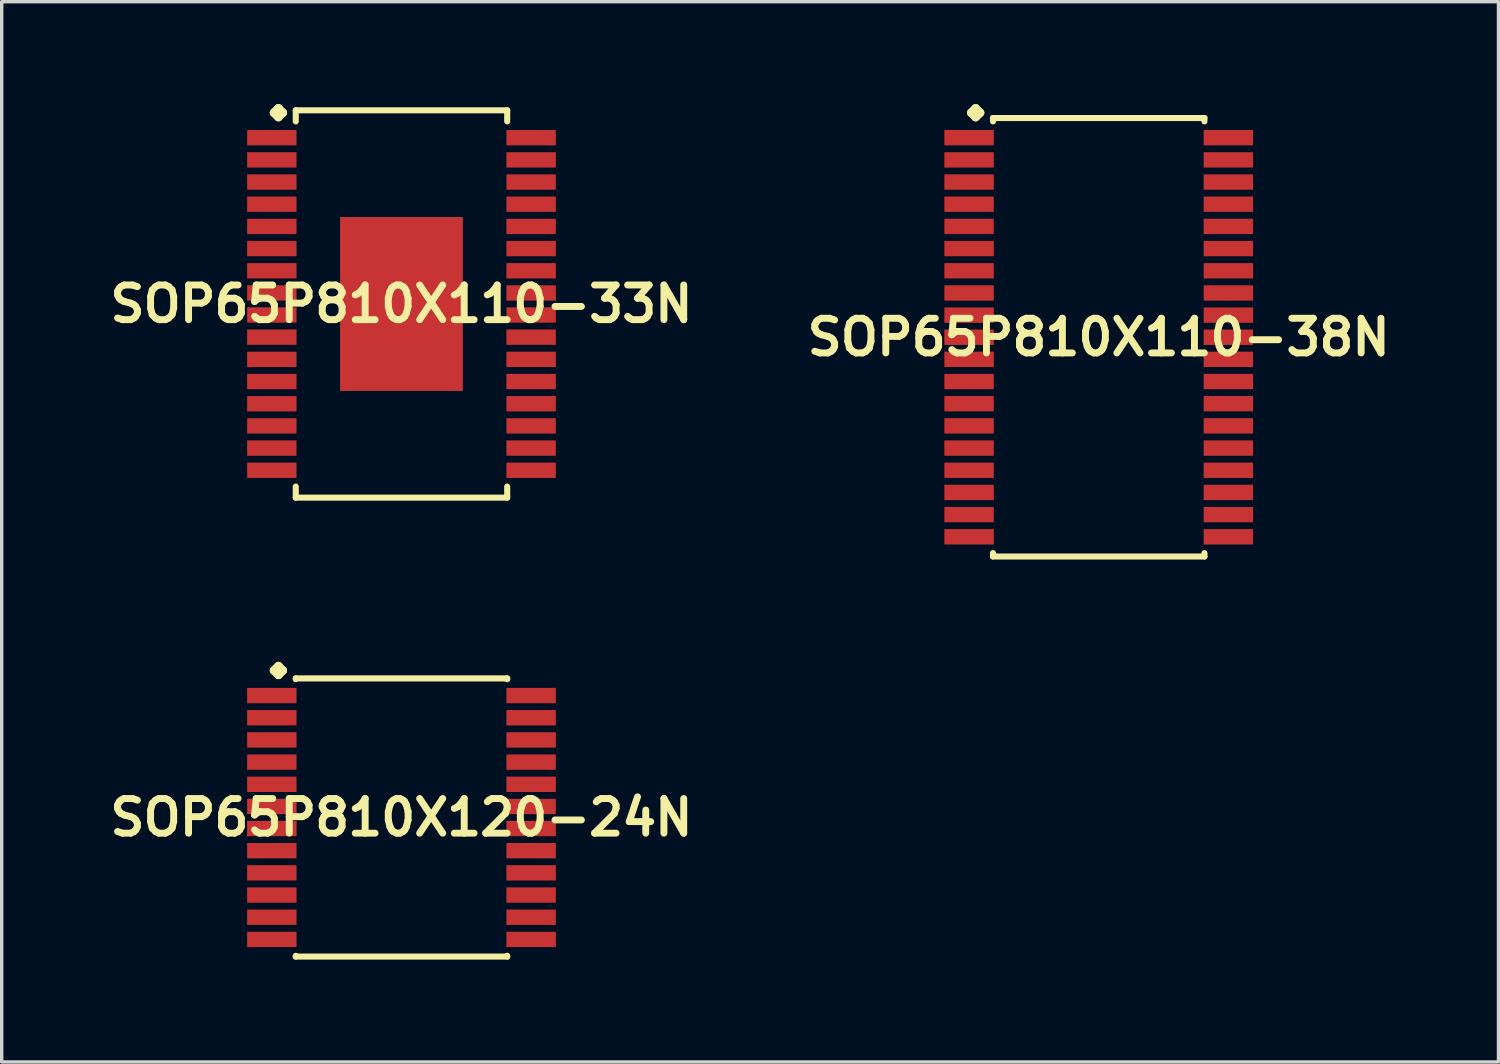
<source format=kicad_pcb>
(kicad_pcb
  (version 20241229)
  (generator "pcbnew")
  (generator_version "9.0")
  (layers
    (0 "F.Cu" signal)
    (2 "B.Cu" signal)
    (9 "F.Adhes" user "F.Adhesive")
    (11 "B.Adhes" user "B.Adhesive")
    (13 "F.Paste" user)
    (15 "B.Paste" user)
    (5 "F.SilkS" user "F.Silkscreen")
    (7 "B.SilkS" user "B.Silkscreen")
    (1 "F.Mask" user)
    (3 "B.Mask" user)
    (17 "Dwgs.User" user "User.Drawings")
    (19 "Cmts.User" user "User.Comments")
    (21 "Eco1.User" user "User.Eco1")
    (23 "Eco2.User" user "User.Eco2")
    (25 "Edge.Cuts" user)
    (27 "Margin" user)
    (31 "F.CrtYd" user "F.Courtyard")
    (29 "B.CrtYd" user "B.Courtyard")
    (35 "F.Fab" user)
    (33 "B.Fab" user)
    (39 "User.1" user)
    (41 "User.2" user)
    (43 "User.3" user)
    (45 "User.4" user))
  (footprint "SOP65P810X110-33N"
    (layer "F.Cu")
    (at 8.718 5.86)
    (property "Reference" "SOP65P810X110-33N" (at 0 0 0) (layer "F.SilkS") (effects (font (size 1.016 1.016) (thickness 0.203))))
    (attr smd)
    (fp_line (start -3.734 -5.606) (end -3.607 -5.733) (stroke (width 0.254) (type solid)) (layer "F.SilkS"))
    (fp_line (start -3.607 -5.733) (end -3.48 -5.606) (stroke (width 0.254) (type solid)) (layer "F.SilkS"))
    (fp_line (start -3.607 -5.479) (end -3.734 -5.606) (stroke (width 0.254) (type solid)) (layer "F.SilkS"))
    (fp_line (start -3.48 -5.606) (end -3.607 -5.479) (stroke (width 0.254) (type solid)) (layer "F.SilkS"))
    (fp_line (start -3.099 -5.677) (end 3.099 -5.677) (stroke (width 0.178) (type solid)) (layer "F.SilkS"))
    (fp_line (start -3.099 -5.352) (end -3.099 -5.677) (stroke (width 0.178) (type solid)) (layer "F.SilkS"))
    (fp_line (start -3.099 5.352) (end -3.099 5.677) (stroke (width 0.178) (type solid)) (layer "F.SilkS"))
    (fp_line (start -3.099 5.677) (end 3.099 5.677) (stroke (width 0.178) (type solid)) (layer "F.SilkS"))
    (fp_line (start 3.099 -5.677) (end 3.099 -5.352) (stroke (width 0.178) (type solid)) (layer "F.SilkS"))
    (fp_line (start 3.099 5.677) (end 3.099 5.352) (stroke (width 0.178) (type solid)) (layer "F.SilkS"))
    (pad "1" smd rect (at -3.8 -4.874) (size 1.448 0.45) (layers "F.Cu" "F.Mask" "F.Paste"))
    (pad "2" smd rect (at -3.8 -4.224) (size 1.448 0.45) (layers "F.Cu" "F.Mask" "F.Paste"))
    (pad "3" smd rect (at -3.8 -3.574) (size 1.448 0.45) (layers "F.Cu" "F.Mask" "F.Paste"))
    (pad "4" smd rect (at -3.8 -2.924) (size 1.448 0.45) (layers "F.Cu" "F.Mask" "F.Paste"))
    (pad "5" smd rect (at -3.8 -2.273) (size 1.448 0.45) (layers "F.Cu" "F.Mask" "F.Paste"))
    (pad "6" smd rect (at -3.8 -1.623) (size 1.448 0.45) (layers "F.Cu" "F.Mask" "F.Paste"))
    (pad "7" smd rect (at -3.8 -0.973) (size 1.448 0.45) (layers "F.Cu" "F.Mask" "F.Paste"))
    (pad "8" smd rect (at -3.8 -0.323) (size 1.448 0.45) (layers "F.Cu" "F.Mask" "F.Paste"))
    (pad "9" smd rect (at -3.8 0.323) (size 1.448 0.45) (layers "F.Cu" "F.Mask" "F.Paste"))
    (pad "10" smd rect (at -3.8 0.973) (size 1.448 0.45) (layers "F.Cu" "F.Mask" "F.Paste"))
    (pad "11" smd rect (at -3.8 1.623) (size 1.448 0.45) (layers "F.Cu" "F.Mask" "F.Paste"))
    (pad "12" smd rect (at -3.8 2.273) (size 1.448 0.45) (layers "F.Cu" "F.Mask" "F.Paste"))
    (pad "13" smd rect (at -3.8 2.924) (size 1.448 0.45) (layers "F.Cu" "F.Mask" "F.Paste"))
    (pad "14" smd rect (at -3.8 3.574) (size 1.448 0.45) (layers "F.Cu" "F.Mask" "F.Paste"))
    (pad "15" smd rect (at -3.8 4.224) (size 1.448 0.45) (layers "F.Cu" "F.Mask" "F.Paste"))
    (pad "16" smd rect (at -3.8 4.874) (size 1.448 0.45) (layers "F.Cu" "F.Mask" "F.Paste"))
    (pad "17" smd rect (at 3.8 4.874) (size 1.448 0.45) (layers "F.Cu" "F.Mask" "F.Paste"))
    (pad "18" smd rect (at 3.8 4.224) (size 1.448 0.45) (layers "F.Cu" "F.Mask" "F.Paste"))
    (pad "19" smd rect (at 3.8 3.574) (size 1.448 0.45) (layers "F.Cu" "F.Mask" "F.Paste"))
    (pad "20" smd rect (at 3.8 2.924) (size 1.448 0.45) (layers "F.Cu" "F.Mask" "F.Paste"))
    (pad "21" smd rect (at 3.8 2.273) (size 1.448 0.45) (layers "F.Cu" "F.Mask" "F.Paste"))
    (pad "22" smd rect (at 3.8 1.623) (size 1.448 0.45) (layers "F.Cu" "F.Mask" "F.Paste"))
    (pad "23" smd rect (at 3.8 0.973) (size 1.448 0.45) (layers "F.Cu" "F.Mask" "F.Paste"))
    (pad "24" smd rect (at 3.8 0.323) (size 1.448 0.45) (layers "F.Cu" "F.Mask" "F.Paste"))
    (pad "25" smd rect (at 3.8 -0.323) (size 1.448 0.45) (layers "F.Cu" "F.Mask" "F.Paste"))
    (pad "26" smd rect (at 3.8 -0.973) (size 1.448 0.45) (layers "F.Cu" "F.Mask" "F.Paste"))
    (pad "27" smd rect (at 3.8 -1.623) (size 1.448 0.45) (layers "F.Cu" "F.Mask" "F.Paste"))
    (pad "28" smd rect (at 3.8 -2.273) (size 1.448 0.45) (layers "F.Cu" "F.Mask" "F.Paste"))
    (pad "29" smd rect (at 3.8 -2.924) (size 1.448 0.45) (layers "F.Cu" "F.Mask" "F.Paste"))
    (pad "30" smd rect (at 3.8 -3.574) (size 1.448 0.45) (layers "F.Cu" "F.Mask" "F.Paste"))
    (pad "31" smd rect (at 3.8 -4.224) (size 1.448 0.45) (layers "F.Cu" "F.Mask" "F.Paste"))
    (pad "32" smd rect (at 3.8 -4.874) (size 1.448 0.45) (layers "F.Cu" "F.Mask" "F.Paste"))
    (pad "33" smd rect (at 0 0) (size 3.599 5.098) (layers "F.Cu" "F.Mask" "F.Paste")))
  (footprint "SOP65P810X110-38N"
    (layer "F.Cu")
    (at 29.155 6.835)
    (property "Reference" "SOP65P810X110-38N" (at 0 0 0) (layer "F.SilkS") (effects (font (size 1.016 1.016) (thickness 0.203))))
    (attr smd)
    (fp_line (start -3.734 -6.581) (end -3.607 -6.708) (stroke (width 0.254) (type solid)) (layer "F.SilkS"))
    (fp_line (start -3.607 -6.708) (end -3.48 -6.581) (stroke (width 0.254) (type solid)) (layer "F.SilkS"))
    (fp_line (start -3.607 -6.454) (end -3.734 -6.581) (stroke (width 0.254) (type solid)) (layer "F.SilkS"))
    (fp_line (start -3.48 -6.581) (end -3.607 -6.454) (stroke (width 0.254) (type solid)) (layer "F.SilkS"))
    (fp_line (start -3.099 -6.426) (end 3.099 -6.426) (stroke (width 0.178) (type solid)) (layer "F.SilkS"))
    (fp_line (start -3.099 -6.327) (end -3.099 -6.426) (stroke (width 0.178) (type solid)) (layer "F.SilkS"))
    (fp_line (start -3.099 6.327) (end -3.099 6.426) (stroke (width 0.178) (type solid)) (layer "F.SilkS"))
    (fp_line (start -3.099 6.426) (end 3.099 6.426) (stroke (width 0.178) (type solid)) (layer "F.SilkS"))
    (fp_line (start 3.099 -6.426) (end 3.099 -6.327) (stroke (width 0.178) (type solid)) (layer "F.SilkS"))
    (fp_line (start 3.099 6.426) (end 3.099 6.327) (stroke (width 0.178) (type solid)) (layer "F.SilkS"))
    (pad "1" smd rect (at -3.8 -5.85) (size 1.448 0.45) (layers "F.Cu" "F.Mask" "F.Paste"))
    (pad "2" smd rect (at -3.8 -5.199) (size 1.448 0.45) (layers "F.Cu" "F.Mask" "F.Paste"))
    (pad "3" smd rect (at -3.8 -4.549) (size 1.448 0.45) (layers "F.Cu" "F.Mask" "F.Paste"))
    (pad "4" smd rect (at -3.8 -3.899) (size 1.448 0.45) (layers "F.Cu" "F.Mask" "F.Paste"))
    (pad "5" smd rect (at -3.8 -3.249) (size 1.448 0.45) (layers "F.Cu" "F.Mask" "F.Paste"))
    (pad "6" smd rect (at -3.8 -2.598) (size 1.448 0.45) (layers "F.Cu" "F.Mask" "F.Paste"))
    (pad "7" smd rect (at -3.8 -1.948) (size 1.448 0.45) (layers "F.Cu" "F.Mask" "F.Paste"))
    (pad "8" smd rect (at -3.8 -1.298) (size 1.448 0.45) (layers "F.Cu" "F.Mask" "F.Paste"))
    (pad "9" smd rect (at -3.8 -0.648) (size 1.448 0.45) (layers "F.Cu" "F.Mask" "F.Paste"))
    (pad "10" smd rect (at -3.8 0) (size 1.448 0.45) (layers "F.Cu" "F.Mask" "F.Paste"))
    (pad "11" smd rect (at -3.8 0.648) (size 1.448 0.45) (layers "F.Cu" "F.Mask" "F.Paste"))
    (pad "12" smd rect (at -3.8 1.298) (size 1.448 0.45) (layers "F.Cu" "F.Mask" "F.Paste"))
    (pad "13" smd rect (at -3.8 1.948) (size 1.448 0.45) (layers "F.Cu" "F.Mask" "F.Paste"))
    (pad "14" smd rect (at -3.8 2.598) (size 1.448 0.45) (layers "F.Cu" "F.Mask" "F.Paste"))
    (pad "15" smd rect (at -3.8 3.249) (size 1.448 0.45) (layers "F.Cu" "F.Mask" "F.Paste"))
    (pad "16" smd rect (at -3.8 3.899) (size 1.448 0.45) (layers "F.Cu" "F.Mask" "F.Paste"))
    (pad "17" smd rect (at -3.8 4.549) (size 1.448 0.45) (layers "F.Cu" "F.Mask" "F.Paste"))
    (pad "18" smd rect (at -3.8 5.199) (size 1.448 0.45) (layers "F.Cu" "F.Mask" "F.Paste"))
    (pad "19" smd rect (at -3.8 5.85) (size 1.448 0.45) (layers "F.Cu" "F.Mask" "F.Paste"))
    (pad "20" smd rect (at 3.8 5.85) (size 1.448 0.45) (layers "F.Cu" "F.Mask" "F.Paste"))
    (pad "21" smd rect (at 3.8 5.199) (size 1.448 0.45) (layers "F.Cu" "F.Mask" "F.Paste"))
    (pad "22" smd rect (at 3.8 4.549) (size 1.448 0.45) (layers "F.Cu" "F.Mask" "F.Paste"))
    (pad "23" smd rect (at 3.8 3.899) (size 1.448 0.45) (layers "F.Cu" "F.Mask" "F.Paste"))
    (pad "24" smd rect (at 3.8 3.249) (size 1.448 0.45) (layers "F.Cu" "F.Mask" "F.Paste"))
    (pad "25" smd rect (at 3.8 2.598) (size 1.448 0.45) (layers "F.Cu" "F.Mask" "F.Paste"))
    (pad "26" smd rect (at 3.8 1.948) (size 1.448 0.45) (layers "F.Cu" "F.Mask" "F.Paste"))
    (pad "27" smd rect (at 3.8 1.298) (size 1.448 0.45) (layers "F.Cu" "F.Mask" "F.Paste"))
    (pad "28" smd rect (at 3.8 0.648) (size 1.448 0.45) (layers "F.Cu" "F.Mask" "F.Paste"))
    (pad "29" smd rect (at 3.8 0) (size 1.448 0.45) (layers "F.Cu" "F.Mask" "F.Paste"))
    (pad "30" smd rect (at 3.8 -0.648) (size 1.448 0.45) (layers "F.Cu" "F.Mask" "F.Paste"))
    (pad "31" smd rect (at 3.8 -1.298) (size 1.448 0.45) (layers "F.Cu" "F.Mask" "F.Paste"))
    (pad "32" smd rect (at 3.8 -1.948) (size 1.448 0.45) (layers "F.Cu" "F.Mask" "F.Paste"))
    (pad "33" smd rect (at 3.8 -2.598) (size 1.448 0.45) (layers "F.Cu" "F.Mask" "F.Paste"))
    (pad "34" smd rect (at 3.8 -3.249) (size 1.448 0.45) (layers "F.Cu" "F.Mask" "F.Paste"))
    (pad "35" smd rect (at 3.8 -3.899) (size 1.448 0.45) (layers "F.Cu" "F.Mask" "F.Paste"))
    (pad "36" smd rect (at 3.8 -4.549) (size 1.448 0.45) (layers "F.Cu" "F.Mask" "F.Paste"))
    (pad "37" smd rect (at 3.8 -5.199) (size 1.448 0.45) (layers "F.Cu" "F.Mask" "F.Paste"))
    (pad "38" smd rect (at 3.8 -5.85) (size 1.448 0.45) (layers "F.Cu" "F.Mask" "F.Paste")))
  (footprint "SOP65P810X120-24N"
    (layer "F.Cu")
    (at 8.718 20.912)
    (property "Reference" "SOP65P810X120-24N" (at 0 0 0) (layer "F.SilkS") (effects (font (size 1.016 1.016) (thickness 0.203))))
    (attr smd)
    (fp_line (start -3.734 -4.308) (end -3.607 -4.435) (stroke (width 0.254) (type solid)) (layer "F.SilkS"))
    (fp_line (start -3.607 -4.435) (end -3.48 -4.308) (stroke (width 0.254) (type solid)) (layer "F.SilkS"))
    (fp_line (start -3.607 -4.181) (end -3.734 -4.308) (stroke (width 0.254) (type solid)) (layer "F.SilkS"))
    (fp_line (start -3.48 -4.308) (end -3.607 -4.181) (stroke (width 0.254) (type solid)) (layer "F.SilkS"))
    (fp_line (start -3.099 -4.077) (end 3.099 -4.077) (stroke (width 0.178) (type solid)) (layer "F.SilkS"))
    (fp_line (start -3.099 -4.054) (end -3.099 -4.077) (stroke (width 0.178) (type solid)) (layer "F.SilkS"))
    (fp_line (start -3.099 4.054) (end -3.099 4.077) (stroke (width 0.178) (type solid)) (layer "F.SilkS"))
    (fp_line (start -3.099 4.077) (end 3.099 4.077) (stroke (width 0.178) (type solid)) (layer "F.SilkS"))
    (fp_line (start 3.099 -4.077) (end 3.099 -4.054) (stroke (width 0.178) (type solid)) (layer "F.SilkS"))
    (fp_line (start 3.099 4.077) (end 3.099 4.054) (stroke (width 0.178) (type solid)) (layer "F.SilkS"))
    (pad "1" smd rect (at -3.8 -3.574) (size 1.448 0.45) (layers "F.Cu" "F.Mask" "F.Paste"))
    (pad "2" smd rect (at -3.8 -2.924) (size 1.448 0.45) (layers "F.Cu" "F.Mask" "F.Paste"))
    (pad "3" smd rect (at -3.8 -2.273) (size 1.448 0.45) (layers "F.Cu" "F.Mask" "F.Paste"))
    (pad "4" smd rect (at -3.8 -1.623) (size 1.448 0.45) (layers "F.Cu" "F.Mask" "F.Paste"))
    (pad "5" smd rect (at -3.8 -0.973) (size 1.448 0.45) (layers "F.Cu" "F.Mask" "F.Paste"))
    (pad "6" smd rect (at -3.8 -0.323) (size 1.448 0.45) (layers "F.Cu" "F.Mask" "F.Paste"))
    (pad "7" smd rect (at -3.8 0.323) (size 1.448 0.45) (layers "F.Cu" "F.Mask" "F.Paste"))
    (pad "8" smd rect (at -3.8 0.973) (size 1.448 0.45) (layers "F.Cu" "F.Mask" "F.Paste"))
    (pad "9" smd rect (at -3.8 1.623) (size 1.448 0.45) (layers "F.Cu" "F.Mask" "F.Paste"))
    (pad "10" smd rect (at -3.8 2.273) (size 1.448 0.45) (layers "F.Cu" "F.Mask" "F.Paste"))
    (pad "11" smd rect (at -3.8 2.924) (size 1.448 0.45) (layers "F.Cu" "F.Mask" "F.Paste"))
    (pad "12" smd rect (at -3.8 3.574) (size 1.448 0.45) (layers "F.Cu" "F.Mask" "F.Paste"))
    (pad "13" smd rect (at 3.8 3.574) (size 1.448 0.45) (layers "F.Cu" "F.Mask" "F.Paste"))
    (pad "14" smd rect (at 3.8 2.924) (size 1.448 0.45) (layers "F.Cu" "F.Mask" "F.Paste"))
    (pad "15" smd rect (at 3.8 2.273) (size 1.448 0.45) (layers "F.Cu" "F.Mask" "F.Paste"))
    (pad "16" smd rect (at 3.8 1.623) (size 1.448 0.45) (layers "F.Cu" "F.Mask" "F.Paste"))
    (pad "17" smd rect (at 3.8 0.973) (size 1.448 0.45) (layers "F.Cu" "F.Mask" "F.Paste"))
    (pad "18" smd rect (at 3.8 0.323) (size 1.448 0.45) (layers "F.Cu" "F.Mask" "F.Paste"))
    (pad "19" smd rect (at 3.8 -0.323) (size 1.448 0.45) (layers "F.Cu" "F.Mask" "F.Paste"))
    (pad "20" smd rect (at 3.8 -0.973) (size 1.448 0.45) (layers "F.Cu" "F.Mask" "F.Paste"))
    (pad "21" smd rect (at 3.8 -1.623) (size 1.448 0.45) (layers "F.Cu" "F.Mask" "F.Paste"))
    (pad "22" smd rect (at 3.8 -2.273) (size 1.448 0.45) (layers "F.Cu" "F.Mask" "F.Paste"))
    (pad "23" smd rect (at 3.8 -2.924) (size 1.448 0.45) (layers "F.Cu" "F.Mask" "F.Paste"))
    (pad "24" smd rect (at 3.8 -3.574) (size 1.448 0.45) (layers "F.Cu" "F.Mask" "F.Paste")))
  (gr_rect
    (start -3 -3)
    (end 40.873 28.078)
    (stroke (width 0.1) (type default))
    (fill no)
    (layer "Edge.Cuts")))
</source>
